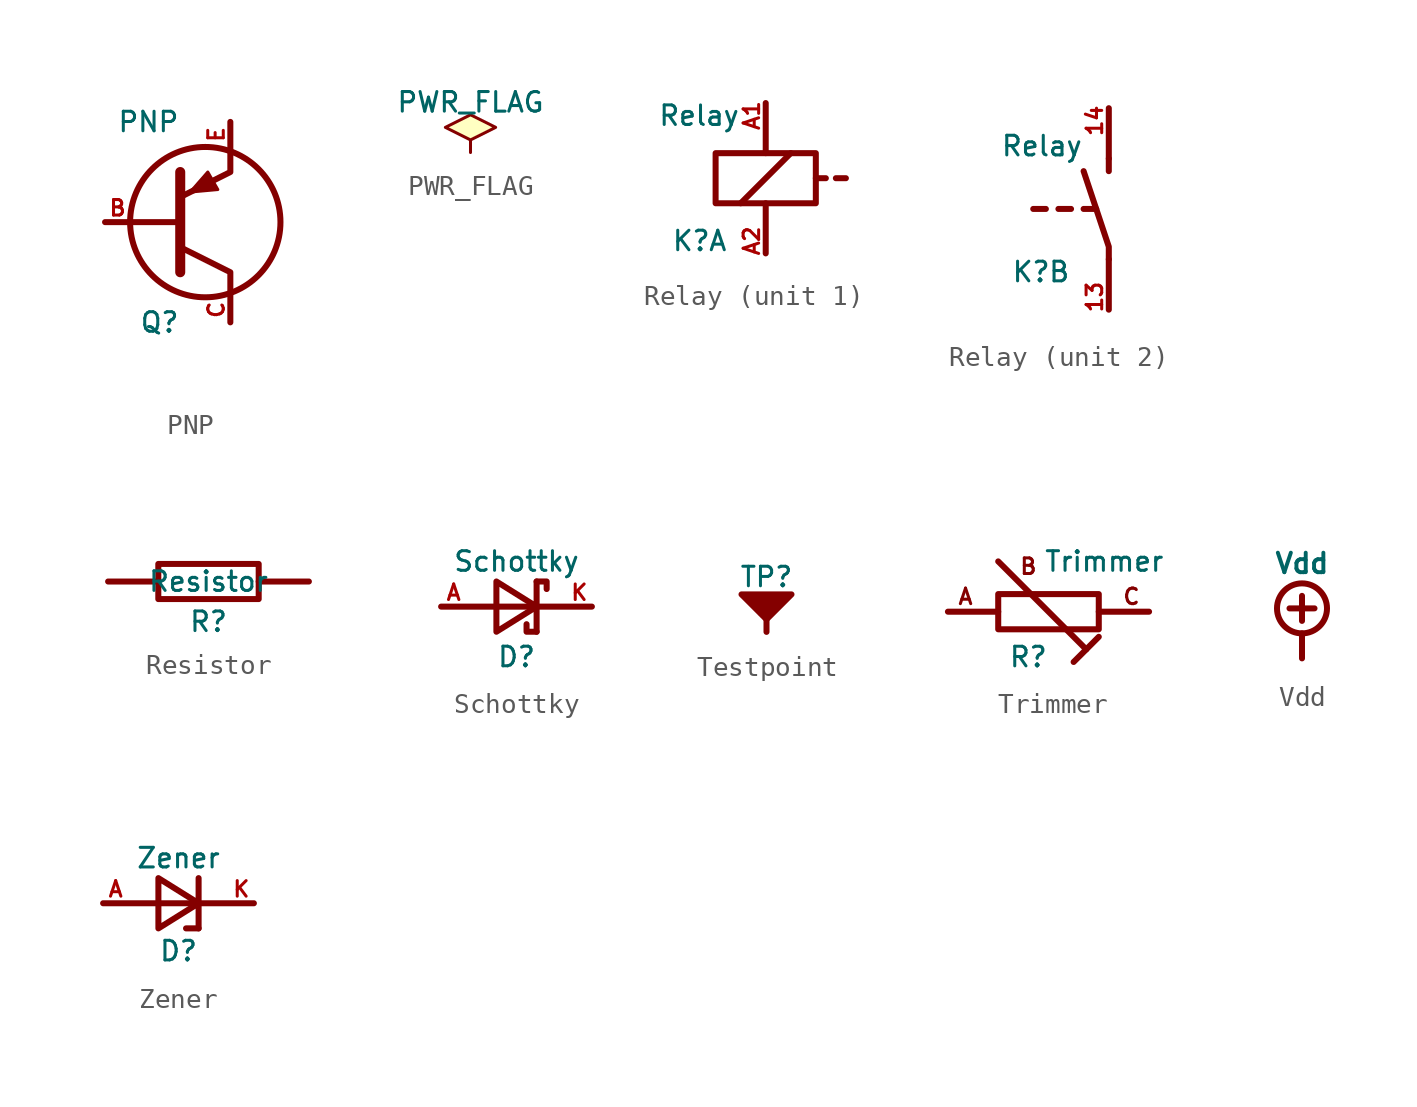
<source format=kicad_sym>
(kicad_symbol_lib
  (version 20220914)
  (generator kicad_symbol_editor)
  (symbol "PNP"
    (pin_names
      (offset 1.016) hide)
    (property "Reference" "Q"
      (at 0 -5.08 0)
      (effects (font (size 0.991 0.991)) (justify right)))
    (property "Value" "PNP"
      (at 0 5.08 0)
      (effects (font (size 0.991 0.991)) (justify right)))
    (property "Footprint" ""
      (at -2.54 -7.62 0)
      (effects (font (size 1.524 1.524))))
    (property "Datasheet" ""
      (at 0 -5.08 0)
      (effects (font (size 1.524 1.524))))
    (symbol "PNP_0_0"
      (polyline (pts (xy 0 0) (xy -3.81 0)) (stroke (width 0.305) (type default)) (fill (type none)))
      (polyline (pts (xy 0 2.54) (xy 0 -2.54)) (stroke (width 0.508) (type default)) (fill (type none)))
      (polyline (pts (xy 0 -1.27) (xy 2.54 -2.54) (xy 2.54 -5.08)) (stroke (width 0.305) (type default)) (fill (type none)))
      (polyline (pts (xy 0 1.27) (xy 2.54 2.54) (xy 2.54 5.08)) (stroke (width 0.305) (type default)) (fill (type none)))
      (polyline (pts (xy 1.905 1.651) (xy 1.397 2.54) (xy 0.508 1.524) (xy 1.905 1.651)) (stroke (width 0) (type default)) (fill (type outline)))
      (circle (center 1.27 0) (radius 3.81) (stroke (width 0.305) (type default)) (fill (type none)))
      (pin input line (at -3.81 0 0) (length 1.27) (name "B" (effects (font (size 0.787 0.787)))) (number "B" (effects (font (size 0.787 0.787))))))
    (symbol "PNP_1_0"
      (pin passive line (at 2.54 -5.08 90) (length 1.27) (name "C" (effects (font (size 0.787 0.787)))) (number "C" (effects (font (size 0.787 0.787)))))
      (pin passive line (at 2.54 5.08 270) (length 1.27) (name "E" (effects (font (size 0.787 0.787)))) (number "E" (effects (font (size 0.787 0.787)))))))
  (symbol "PWR_FLAG"
    (power)
    (pin_names
      (offset 0))
    (property "Reference" "#FLG"
      (at 0 4.445 0)
      (effects (font (size 1.27 1.27)) hide))
    (property "Value" "PWR_FLAG"
      (at 0 2.54 0)
      (effects (font (size 0.991 0.991))))
    (property "Footprint" ""
      (at 0 0 0)
      (effects (font (size 1.27 1.27))))
    (property "Datasheet" ""
      (at 0 0 0)
      (effects (font (size 1.27 1.27))))
    (symbol "PWR_FLAG_0_0"
      (pin power_out line (at 0 0 90) (length 0) hide (name "pwr" (effects (font (size 0.508 0.508)))) (number "1" (effects (font (size 0.508 0.508))))))
    (symbol "PWR_FLAG_0_1"
      (polyline (pts (xy 0 0) (xy 0 0.635) (xy -1.27 1.27) (xy 0 1.905) (xy 1.27 1.27) (xy 0 0.635)) (stroke (width 0) (type default)) (fill (type background)))))
  (symbol "Relay"
    (pin_names
      (offset 1.016) hide)
    (property "Reference" "K"
      (at -1.905 -3.175 0)
      (effects (font (size 0.991 0.991)) (justify right)))
    (property "Value" "Relay"
      (at -1.27 3.175 0)
      (effects (font (size 0.991 0.991)) (justify right)))
    (property "Footprint" ""
      (at 0 0 0)
      (effects (font (size 1.524 1.524))))
    (property "Datasheet" ""
      (at 0 0 0)
      (effects (font (size 1.524 1.524))))
    (property "ki_locked" ""
      (at 0 0 0)
      (effects (font (size 1.27 1.27))))
    (symbol "Relay_1_1"
      (rectangle (start -2.54 1.27) (end 2.54 -1.27) (stroke (width 0.305) (type default)) (fill (type none)))
      (polyline (pts (xy 0 -1.27) (xy 0 -3.81)) (stroke (width 0.305) (type default)) (fill (type none)))
      (polyline (pts (xy 0 3.81) (xy 0 1.27)) (stroke (width 0.305) (type default)) (fill (type none)))
      (polyline (pts (xy 1.27 1.27) (xy -1.27 -1.27)) (stroke (width 0.305) (type default)) (fill (type none)))
      (polyline (pts (xy 2.54 0) (xy 3.048 0)) (stroke (width 0.305) (type default)) (fill (type none)))
      (polyline (pts (xy 3.556 0) (xy 4.064 0)) (stroke (width 0.305) (type default)) (fill (type none)))
      (pin passive line (at 0 3.81 270) (length 1.27) (name "A1" (effects (font (size 0.787 0.787)))) (number "A1" (effects (font (size 0.787 0.787)))))
      (pin passive line (at 0 -3.81 90) (length 1.27) (name "A2" (effects (font (size 0.787 0.787)))) (number "A2" (effects (font (size 0.787 0.787))))))
    (symbol "Relay_2_1"
      (polyline (pts (xy -3.175 0) (xy -3.81 0)) (stroke (width 0.305) (type default)) (fill (type none)))
      (polyline (pts (xy -1.905 0) (xy -2.54 0)) (stroke (width 0.305) (type default)) (fill (type none)))
      (polyline (pts (xy -0.635 0) (xy -1.27 0)) (stroke (width 0.305) (type default)) (fill (type none)))
      (polyline (pts (xy 0 -5.08) (xy 0 -2.54)) (stroke (width 0.305) (type default)) (fill (type none)))
      (polyline (pts (xy 0 2.54) (xy 0 1.905)) (stroke (width 0.305) (type default)) (fill (type none)))
      (polyline (pts (xy 0 2.54) (xy 0 5.08)) (stroke (width 0.305) (type default)) (fill (type none)))
      (polyline (pts (xy 0 -2.54) (xy 0 -1.905) (xy -1.27 1.905)) (stroke (width 0.305) (type default)) (fill (type none)))
      (pin passive line (at 0 -5.08 90) (length 1.27) (name "13" (effects (font (size 0.787 0.787)))) (number "13" (effects (font (size 0.787 0.787)))))
      (pin passive line (at 0 5.08 270) (length 1.27) (name "14" (effects (font (size 0.787 0.787)))) (number "14" (effects (font (size 0.787 0.787)))))))
  (symbol "Resistor"
    (pin_numbers hide)
    (pin_names
      (offset 1.016) hide)
    (property "Reference" "R"
      (at 0 -2.032 0)
      (effects (font (size 0.991 0.991))))
    (property "Value" "Resistor"
      (at 0 0 0)
      (effects (font (size 0.991 0.991))))
    (property "Footprint" ""
      (at 0 1.778 0)
      (effects (font (size 0.889 0.889))))
    (property "Datasheet" ""
      (at 0 0 0)
      (effects (font (size 1.524 1.524))))
    (symbol "Resistor_0_0"
      (rectangle (start -2.54 0.889) (end 2.54 -0.889) (stroke (width 0.305) (type default)) (fill (type none)))
      (polyline (pts (xy -2.54 0) (xy -5.08 0)) (stroke (width 0.305) (type default)) (fill (type none)))
      (polyline (pts (xy 5.08 0) (xy 2.54 0)) (stroke (width 0.305) (type default)) (fill (type none))))
    (symbol "Resistor_1_1"
      (pin passive line (at -5.08 0 0) (length 0) (name "1" (effects (font (size 1.27 1.27)))) (number "1" (effects (font (size 1.27 1.27)))))
      (pin passive line (at 5.08 0 180) (length 0) (name "2" (effects (font (size 1.27 1.27)))) (number "2" (effects (font (size 1.27 1.27)))))))
  (symbol "Schottky"
    (pin_names
      (offset 1.016) hide)
    (property "Reference" "D"
      (at 0 -2.54 0)
      (effects (font (size 0.991 0.991))))
    (property "Value" "Schottky"
      (at 0 2.286 0)
      (effects (font (size 0.991 0.991))))
    (property "Footprint" ""
      (at 0 0 0)
      (effects (font (size 1.524 1.524))))
    (property "Datasheet" ""
      (at 0 0 0)
      (effects (font (size 1.524 1.524))))
    (symbol "Schottky_0_0"
      (polyline (pts (xy -3.81 0) (xy 3.81 0)) (stroke (width 0.305) (type default)) (fill (type none)))
      (polyline (pts (xy 1.016 1.27) (xy 1.016 0) (xy -1.016 1.27) (xy -1.016 -1.27) (xy 1.016 0) (xy 1.016 -1.27)) (stroke (width 0.305) (type default)) (fill (type none)))
      (pin passive line (at -3.81 0 0) (length 1.27) (name "A" (effects (font (size 0.787 0.787)))) (number "A" (effects (font (size 0.787 0.787)))))
      (pin passive line (at 3.81 0 180) (length 1.27) (name "K" (effects (font (size 0.787 0.787)))) (number "K" (effects (font (size 0.787 0.787))))))
    (symbol "Schottky_1_0"
      (polyline (pts (xy 1.016 -1.27) (xy 0.508 -1.27) (xy 0.508 -0.889)) (stroke (width 0.305) (type default)) (fill (type none)))
      (polyline (pts (xy 1.016 1.27) (xy 1.524 1.27) (xy 1.524 0.889)) (stroke (width 0.305) (type default)) (fill (type none)))))
  (symbol "Testpoint"
    (pin_numbers hide)
    (pin_names
      (offset 1.016) hide)
    (property "Reference" "TP"
      (at 0 2.794 0)
      (effects (font (size 0.991 0.991))))
    (property "Footprint" ""
      (at 0 4.318 0)
      (effects (font (size 0.991 0.991))))
    (property "Datasheet" ""
      (at 0 0 0)
      (effects (font (size 1.524 1.524))))
    (symbol "Testpoint_0_0"
      (polyline (pts (xy 0 0.635) (xy 0 0)) (stroke (width 0.305) (type default)) (fill (type none)))
      (polyline (pts (xy 0 0.635) (xy -1.27 1.905) (xy 1.27 1.905) (xy 0 0.635)) (stroke (width 0.305) (type default)) (fill (type outline)))
      (pin passive line (at 0 0 0) (length 0) (name "1" (effects (font (size 1.27 1.27)))) (number "1" (effects (font (size 1.27 1.27)))))))
  (symbol "Trimmer"
    (pin_numbers hide)
    (pin_names
      (offset 1.016) hide)
    (property "Reference" "R"
      (at 0 -2.286 0)
      (effects (font (size 0.991 0.991)) (justify right)))
    (property "Value" "Trimmer"
      (at -0.254 2.54 0)
      (effects (font (size 0.991 0.991)) (justify left)))
    (symbol "Trimmer_0_0"
      (text "A" (at -4.191 0.762 0) (effects (font (size 0.787 0.787))))
      (text "B" (at -1.016 2.286 0) (effects (font (size 0.787 0.787))))
      (text "C" (at 4.191 0.762 0) (effects (font (size 0.787 0.787)))))
    (symbol "Trimmer_0_1"
      (polyline (pts (xy 2.54 -1.27) (xy 1.27 -2.54)) (stroke (width 0.305) (type default)) (fill (type none)))
      (polyline (pts (xy 1.905 -1.905) (xy -1.905 1.905) (xy -2.54 2.54)) (stroke (width 0.305) (type default)) (fill (type none))))
    (symbol "Trimmer_1_1"
      (rectangle (start -2.54 0.889) (end 2.54 -0.889) (stroke (width 0.305) (type default)) (fill (type none)))
      (polyline (pts (xy -2.54 0) (xy -5.08 0)) (stroke (width 0.305) (type default)) (fill (type none)))
      (polyline (pts (xy 5.08 0) (xy 2.54 0)) (stroke (width 0.305) (type default)) (fill (type none)))
      (pin passive line (at -5.08 0 0) (length 0) (name "A" (effects (font (size 1.27 1.27)))) (number "A" (effects (font (size 1.27 1.27)))))
      (pin passive line (at -2.54 2.54 180) (length 0) (name "B" (effects (font (size 1.27 1.27)))) (number "B" (effects (font (size 1.27 1.27)))))
      (pin passive line (at 5.08 0 180) (length 0) (name "C" (effects (font (size 1.27 1.27)))) (number "C" (effects (font (size 1.27 1.27)))))))
  (symbol "Vdd"
    (power)
    (pin_names
      (offset 0))
    (property "Reference" "#Vdd"
      (at 0 6.35 0)
      (effects (font (size 0.991 0.991)) hide))
    (property "Value" "Vdd"
      (at 0 4.826 0)
      (effects (font (size 0.991 0.991) bold)))
    (property "Footprint" ""
      (at 0 0 0)
      (effects (font (size 1.524 1.524))))
    (property "Datasheet" ""
      (at 0 0 0)
      (effects (font (size 1.524 1.524))))
    (symbol "Vdd_1_0"
      (polyline (pts (xy -0.635 2.54) (xy 0.635 2.54)) (stroke (width 0.305) (type default)) (fill (type none)))
      (polyline (pts (xy 0 1.27) (xy 0 0)) (stroke (width 0.305) (type default)) (fill (type none)))
      (polyline (pts (xy 0 3.175) (xy 0 1.905)) (stroke (width 0.305) (type default)) (fill (type none)))
      (circle (center 0 2.54) (radius 1.27) (stroke (width 0.305) (type default)) (fill (type none)))
      (pin power_in line (at 0 0 90) (length 0) hide (name "Vdd" (effects (font (size 1.27 1.27)))) (number "1" (effects (font (size 1.27 1.27)))))))
  (symbol "Zener"
    (pin_names
      (offset 1.016) hide)
    (property "Reference" "D"
      (at 0 -2.413 0)
      (effects (font (size 0.991 0.991))))
    (property "Value" "Zener"
      (at 0 2.286 0)
      (effects (font (size 0.991 0.991))))
    (property "Footprint" ""
      (at 0 3.683 0)
      (effects (font (size 0.991 0.991))))
    (property "Datasheet" ""
      (at 0.381 0 0)
      (effects (font (size 1.524 1.524))))
    (symbol "Zener_0_0"
      (polyline (pts (xy 0.381 -1.27) (xy 1.016 -1.27)) (stroke (width 0.305) (type default)) (fill (type none)))
      (polyline (pts (xy -3.81 0) (xy 0.635 0) (xy 3.81 0)) (stroke (width 0.305) (type default)) (fill (type none)))
      (polyline (pts (xy 1.016 1.27) (xy 1.016 0) (xy -1.016 1.27) (xy -1.016 -1.27) (xy 1.016 0) (xy 1.016 -1.27)) (stroke (width 0.305) (type default)) (fill (type none)))
      (pin passive line (at -3.81 0 0) (length 1.27) (name "A" (effects (font (size 0.787 0.787)))) (number "A" (effects (font (size 0.787 0.787)))))
      (pin passive line (at 3.81 0 180) (length 1.27) (name "K" (effects (font (size 0.787 0.787)))) (number "K" (effects (font (size 0.787 0.787))))))))
</source>
